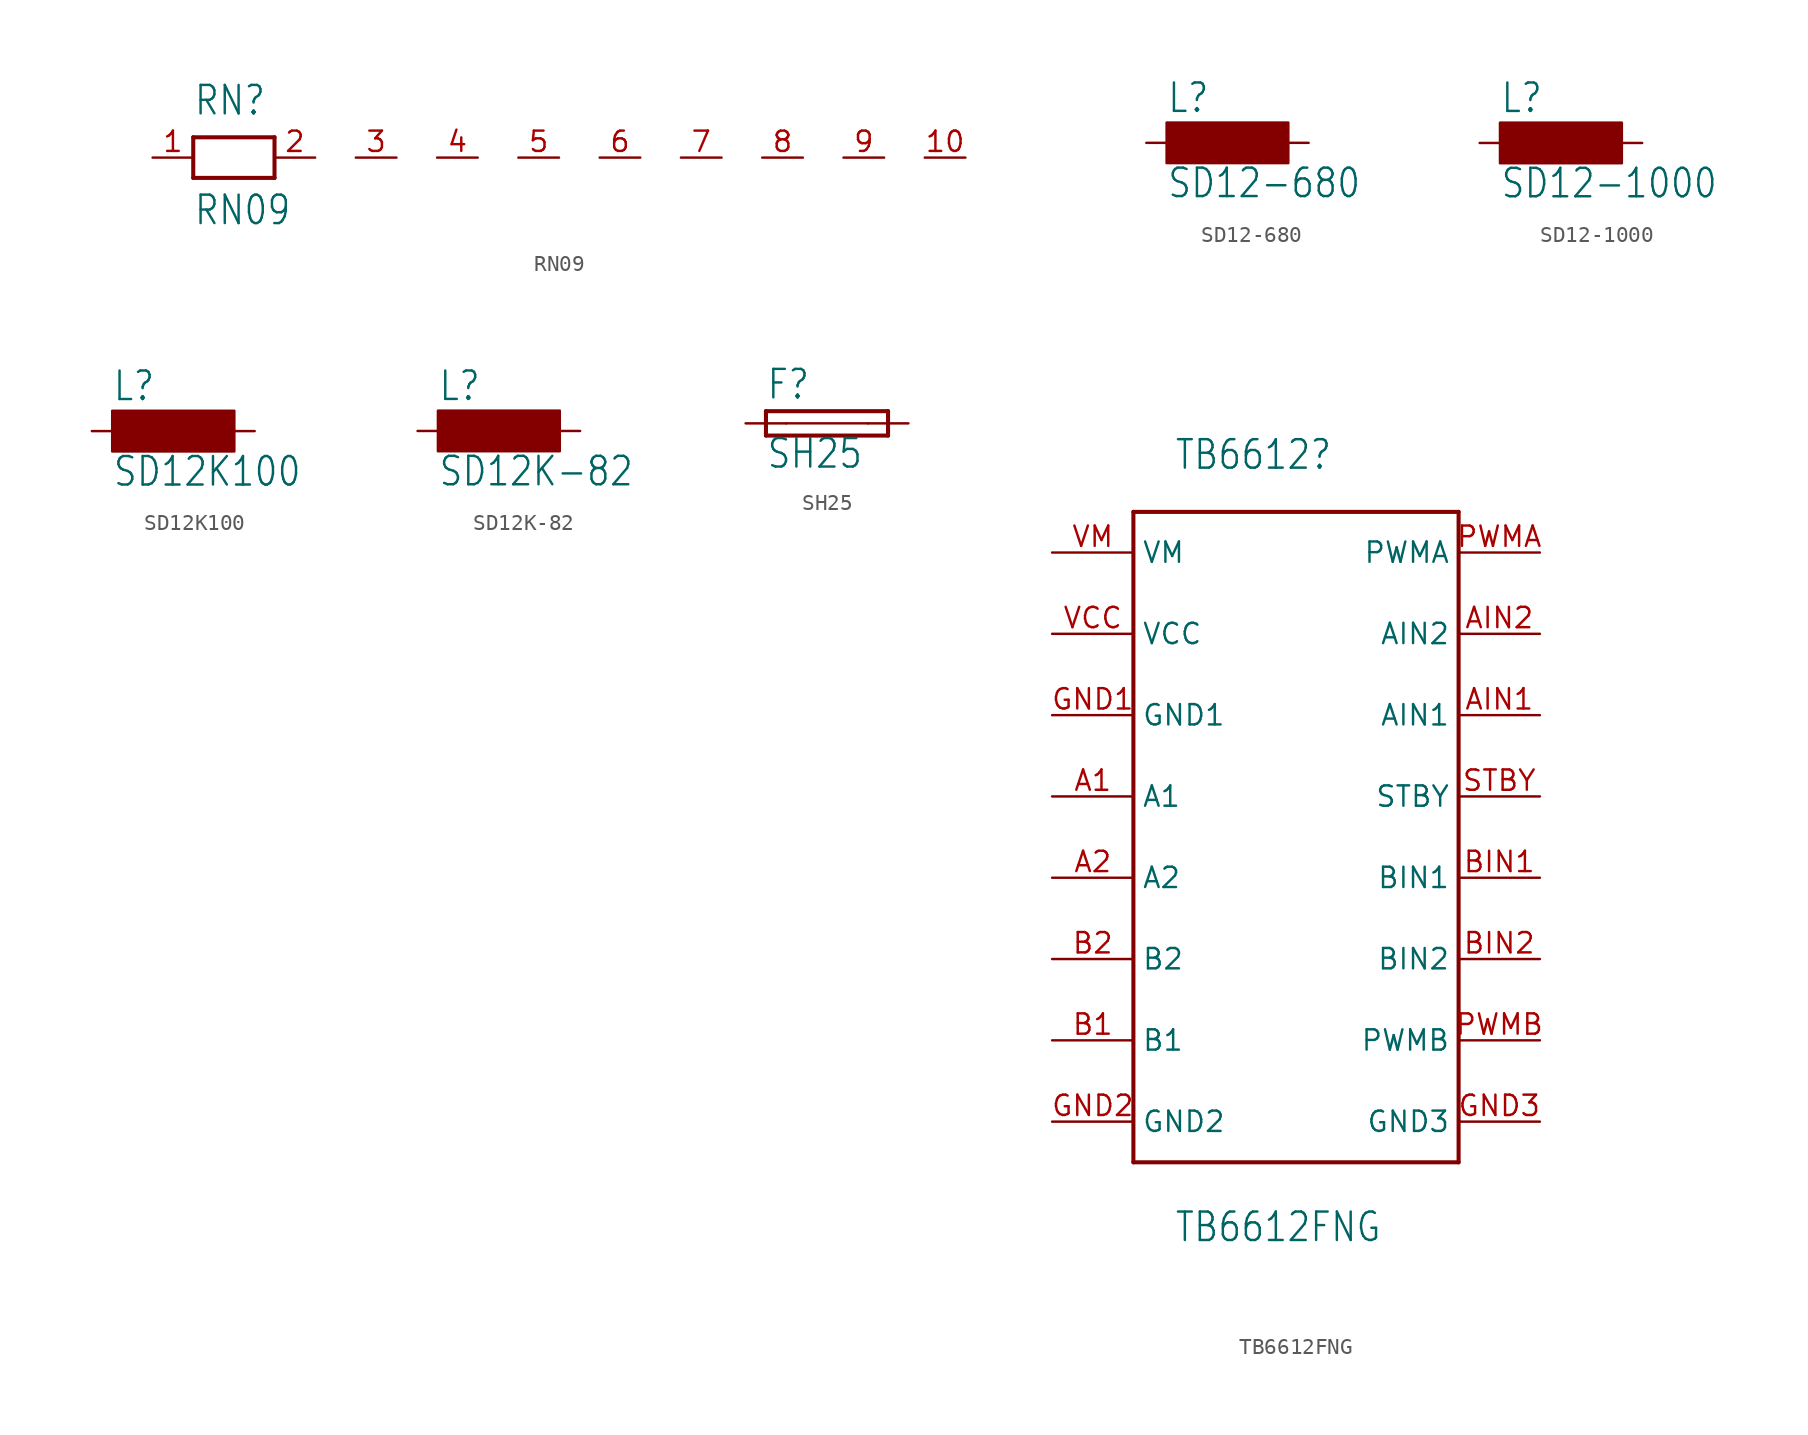
<source format=kicad_sym>
(kicad_symbol_lib
  (version 20211014)
  (generator kicad_symbol_editor)
  (symbol "RN09"
    (property "Reference" "RN"
      (at -2.54 2.54 0)
      (effects (font (size 1.778 1.511)) (justify left bottom)))
    (property "Value" "RN09"
      (at -2.54 -4.318 0)
      (effects (font (size 1.778 1.511)) (justify left bottom)))
    (property "ki_locked" ""
      (at 0 0 0)
      (effects (font (size 1.27 1.27))))
    (symbol "RN09_1_0"
      (polyline (pts (xy -2.54 -1.27) (xy 2.54 -1.27)) (stroke (width 0.254) (type default) (color 0 0 0 0)) (fill (type none)))
      (polyline (pts (xy -2.54 1.27) (xy -2.54 -1.27)) (stroke (width 0.254) (type default) (color 0 0 0 0)) (fill (type none)))
      (polyline (pts (xy 2.54 -1.27) (xy 2.54 1.27)) (stroke (width 0.254) (type default) (color 0 0 0 0)) (fill (type none)))
      (polyline (pts (xy 2.54 1.27) (xy -2.54 1.27)) (stroke (width 0.254) (type default) (color 0 0 0 0)) (fill (type none)))
      (pin passive line (at -5.08 0 0) (length 2.54) (name "1" (effects (font (size 0 0)))) (number "1" (effects (font (size 1.27 1.27)))))
      (pin passive line (at 45.72 0 180) (length 2.54) (name "10" (effects (font (size 0 0)))) (number "10" (effects (font (size 1.27 1.27)))))
      (pin passive line (at 5.08 0 180) (length 2.54) (name "2" (effects (font (size 0 0)))) (number "2" (effects (font (size 1.27 1.27)))))
      (pin passive line (at 10.16 0 180) (length 2.54) (name "3" (effects (font (size 0 0)))) (number "3" (effects (font (size 1.27 1.27)))))
      (pin passive line (at 15.24 0 180) (length 2.54) (name "4" (effects (font (size 0 0)))) (number "4" (effects (font (size 1.27 1.27)))))
      (pin passive line (at 20.32 0 180) (length 2.54) (name "5" (effects (font (size 0 0)))) (number "5" (effects (font (size 1.27 1.27)))))
      (pin passive line (at 25.4 0 180) (length 2.54) (name "6" (effects (font (size 0 0)))) (number "6" (effects (font (size 1.27 1.27)))))
      (pin passive line (at 30.48 0 180) (length 2.54) (name "7" (effects (font (size 0 0)))) (number "7" (effects (font (size 1.27 1.27)))))
      (pin passive line (at 35.56 0 180) (length 2.54) (name "8" (effects (font (size 0 0)))) (number "8" (effects (font (size 1.27 1.27)))))
      (pin passive line (at 40.64 0 180) (length 2.54) (name "9" (effects (font (size 0 0)))) (number "9" (effects (font (size 1.27 1.27)))))))
  (symbol "SD12-680"
    (property "Reference" "L"
      (at -3.81 1.778 0)
      (effects (font (size 1.778 1.511)) (justify left bottom)))
    (property "Value" "SD12-680"
      (at -3.81 -3.556 0)
      (effects (font (size 1.778 1.511)) (justify left bottom)))
    (property "ki_locked" ""
      (at 0 0 0)
      (effects (font (size 1.27 1.27))))
    (symbol "SD12-680_1_0"
      (rectangle (start -3.81 -1.27) (end 3.81 1.27) (stroke (width 0) (type default) (color 0 0 0 0)) (fill (type outline)))
      (pin passive line (at -5.08 0 0) (length 2.54) (name "1" (effects (font (size 0 0)))) (number "1" (effects (font (size 0 0)))))
      (pin passive line (at 5.08 0 180) (length 2.54) (name "2" (effects (font (size 0 0)))) (number "2" (effects (font (size 0 0)))))))
  (symbol "SD12-1000"
    (property "Reference" "L"
      (at -3.81 1.778 0)
      (effects (font (size 1.778 1.511)) (justify left bottom)))
    (property "Value" "SD12-1000"
      (at -3.81 -3.556 0)
      (effects (font (size 1.778 1.511)) (justify left bottom)))
    (property "ki_locked" ""
      (at 0 0 0)
      (effects (font (size 1.27 1.27))))
    (symbol "SD12-1000_1_0"
      (rectangle (start -3.81 -1.27) (end 3.81 1.27) (stroke (width 0) (type default) (color 0 0 0 0)) (fill (type outline)))
      (pin passive line (at -5.08 0 0) (length 2.54) (name "1" (effects (font (size 0 0)))) (number "1" (effects (font (size 0 0)))))
      (pin passive line (at 5.08 0 180) (length 2.54) (name "2" (effects (font (size 0 0)))) (number "2" (effects (font (size 0 0)))))))
  (symbol "SD12K100"
    (property "Reference" "L"
      (at -3.81 1.778 0)
      (effects (font (size 1.778 1.511)) (justify left bottom)))
    (property "Value" "SD12K100"
      (at -3.81 -3.556 0)
      (effects (font (size 1.778 1.511)) (justify left bottom)))
    (property "ki_locked" ""
      (at 0 0 0)
      (effects (font (size 1.27 1.27))))
    (symbol "SD12K100_1_0"
      (rectangle (start -3.81 -1.27) (end 3.81 1.27) (stroke (width 0) (type default) (color 0 0 0 0)) (fill (type outline)))
      (pin passive line (at -5.08 0 0) (length 2.54) (name "1" (effects (font (size 0 0)))) (number "1" (effects (font (size 0 0)))))
      (pin passive line (at 5.08 0 180) (length 2.54) (name "2" (effects (font (size 0 0)))) (number "2" (effects (font (size 0 0)))))))
  (symbol "SD12K-82"
    (property "Reference" "L"
      (at -3.81 1.778 0)
      (effects (font (size 1.778 1.511)) (justify left bottom)))
    (property "Value" "SD12K-82"
      (at -3.81 -3.556 0)
      (effects (font (size 1.778 1.511)) (justify left bottom)))
    (property "ki_locked" ""
      (at 0 0 0)
      (effects (font (size 1.27 1.27))))
    (symbol "SD12K-82_1_0"
      (rectangle (start -3.81 -1.27) (end 3.81 1.27) (stroke (width 0) (type default) (color 0 0 0 0)) (fill (type outline)))
      (pin passive line (at -5.08 0 0) (length 2.54) (name "1" (effects (font (size 0 0)))) (number "1" (effects (font (size 0 0)))))
      (pin passive line (at 5.08 0 180) (length 2.54) (name "2" (effects (font (size 0 0)))) (number "2" (effects (font (size 0 0)))))))
  (symbol "SH25"
    (property "Reference" "F"
      (at -3.81 1.397 0)
      (effects (font (size 1.778 1.511)) (justify left bottom)))
    (property "Value" "SH25"
      (at -3.81 -2.921 0)
      (effects (font (size 1.778 1.511)) (justify left bottom)))
    (property "ki_locked" ""
      (at 0 0 0)
      (effects (font (size 1.27 1.27))))
    (symbol "SH25_1_0"
      (polyline (pts (xy -3.81 -0.762) (xy 3.81 -0.762)) (stroke (width 0.254) (type default) (color 0 0 0 0)) (fill (type none)))
      (polyline (pts (xy -3.81 0.762) (xy -3.81 -0.762)) (stroke (width 0.254) (type default) (color 0 0 0 0)) (fill (type none)))
      (polyline (pts (xy -2.54 0) (xy 2.54 0)) (stroke (width 0.152) (type default) (color 0 0 0 0)) (fill (type none)))
      (polyline (pts (xy 3.81 -0.762) (xy 3.81 0.762)) (stroke (width 0.254) (type default) (color 0 0 0 0)) (fill (type none)))
      (polyline (pts (xy 3.81 0.762) (xy -3.81 0.762)) (stroke (width 0.254) (type default) (color 0 0 0 0)) (fill (type none)))
      (pin passive line (at -5.08 0 0) (length 2.54) (name "1" (effects (font (size 0 0)))) (number "1" (effects (font (size 0 0)))))
      (pin passive line (at 5.08 0 180) (length 2.54) (name "2" (effects (font (size 0 0)))) (number "2" (effects (font (size 0 0)))))))
  (symbol "TB6612FNG"
    (property "Reference" "TB6612"
      (at -7.62 20.32 0)
      (effects (font (size 1.778 1.511)) (justify left bottom)))
    (property "Value" "TB6612FNG"
      (at -7.62 -27.94 0)
      (effects (font (size 1.778 1.511)) (justify left bottom)))
    (property "ki_locked" ""
      (at 0 0 0)
      (effects (font (size 1.27 1.27))))
    (symbol "TB6612FNG_1_0"
      (polyline (pts (xy -10.16 -22.86) (xy 10.16 -22.86)) (stroke (width 0.254) (type default) (color 0 0 0 0)) (fill (type none)))
      (polyline (pts (xy -10.16 17.78) (xy -10.16 -22.86)) (stroke (width 0.254) (type default) (color 0 0 0 0)) (fill (type none)))
      (polyline (pts (xy 10.16 -22.86) (xy 10.16 17.78)) (stroke (width 0.254) (type default) (color 0 0 0 0)) (fill (type none)))
      (polyline (pts (xy 10.16 17.78) (xy -10.16 17.78)) (stroke (width 0.254) (type default) (color 0 0 0 0)) (fill (type none)))
      (pin bidirectional line (at -15.24 0 0) (length 5.08) (name "A1" (effects (font (size 1.27 1.27)))) (number "A1" (effects (font (size 1.27 1.27)))))
      (pin bidirectional line (at -15.24 -5.08 0) (length 5.08) (name "A2" (effects (font (size 1.27 1.27)))) (number "A2" (effects (font (size 1.27 1.27)))))
      (pin bidirectional line (at 15.24 5.08 180) (length 5.08) (name "AIN1" (effects (font (size 1.27 1.27)))) (number "AIN1" (effects (font (size 1.27 1.27)))))
      (pin bidirectional line (at 15.24 10.16 180) (length 5.08) (name "AIN2" (effects (font (size 1.27 1.27)))) (number "AIN2" (effects (font (size 1.27 1.27)))))
      (pin bidirectional line (at -15.24 -15.24 0) (length 5.08) (name "B1" (effects (font (size 1.27 1.27)))) (number "B1" (effects (font (size 1.27 1.27)))))
      (pin bidirectional line (at -15.24 -10.16 0) (length 5.08) (name "B2" (effects (font (size 1.27 1.27)))) (number "B2" (effects (font (size 1.27 1.27)))))
      (pin bidirectional line (at 15.24 -5.08 180) (length 5.08) (name "BIN1" (effects (font (size 1.27 1.27)))) (number "BIN1" (effects (font (size 1.27 1.27)))))
      (pin bidirectional line (at 15.24 -10.16 180) (length 5.08) (name "BIN2" (effects (font (size 1.27 1.27)))) (number "BIN2" (effects (font (size 1.27 1.27)))))
      (pin bidirectional line (at -15.24 5.08 0) (length 5.08) (name "GND1" (effects (font (size 1.27 1.27)))) (number "GND1" (effects (font (size 1.27 1.27)))))
      (pin bidirectional line (at -15.24 -20.32 0) (length 5.08) (name "GND2" (effects (font (size 1.27 1.27)))) (number "GND2" (effects (font (size 1.27 1.27)))))
      (pin bidirectional line (at 15.24 -20.32 180) (length 5.08) (name "GND3" (effects (font (size 1.27 1.27)))) (number "GND3" (effects (font (size 1.27 1.27)))))
      (pin bidirectional line (at 15.24 15.24 180) (length 5.08) (name "PWMA" (effects (font (size 1.27 1.27)))) (number "PWMA" (effects (font (size 1.27 1.27)))))
      (pin bidirectional line (at 15.24 -15.24 180) (length 5.08) (name "PWMB" (effects (font (size 1.27 1.27)))) (number "PWMB" (effects (font (size 1.27 1.27)))))
      (pin bidirectional line (at 15.24 0 180) (length 5.08) (name "STBY" (effects (font (size 1.27 1.27)))) (number "STBY" (effects (font (size 1.27 1.27)))))
      (pin bidirectional line (at -15.24 10.16 0) (length 5.08) (name "VCC" (effects (font (size 1.27 1.27)))) (number "VCC" (effects (font (size 1.27 1.27)))))
      (pin bidirectional line (at -15.24 15.24 0) (length 5.08) (name "VM" (effects (font (size 1.27 1.27)))) (number "VM" (effects (font (size 1.27 1.27))))))))
</source>
